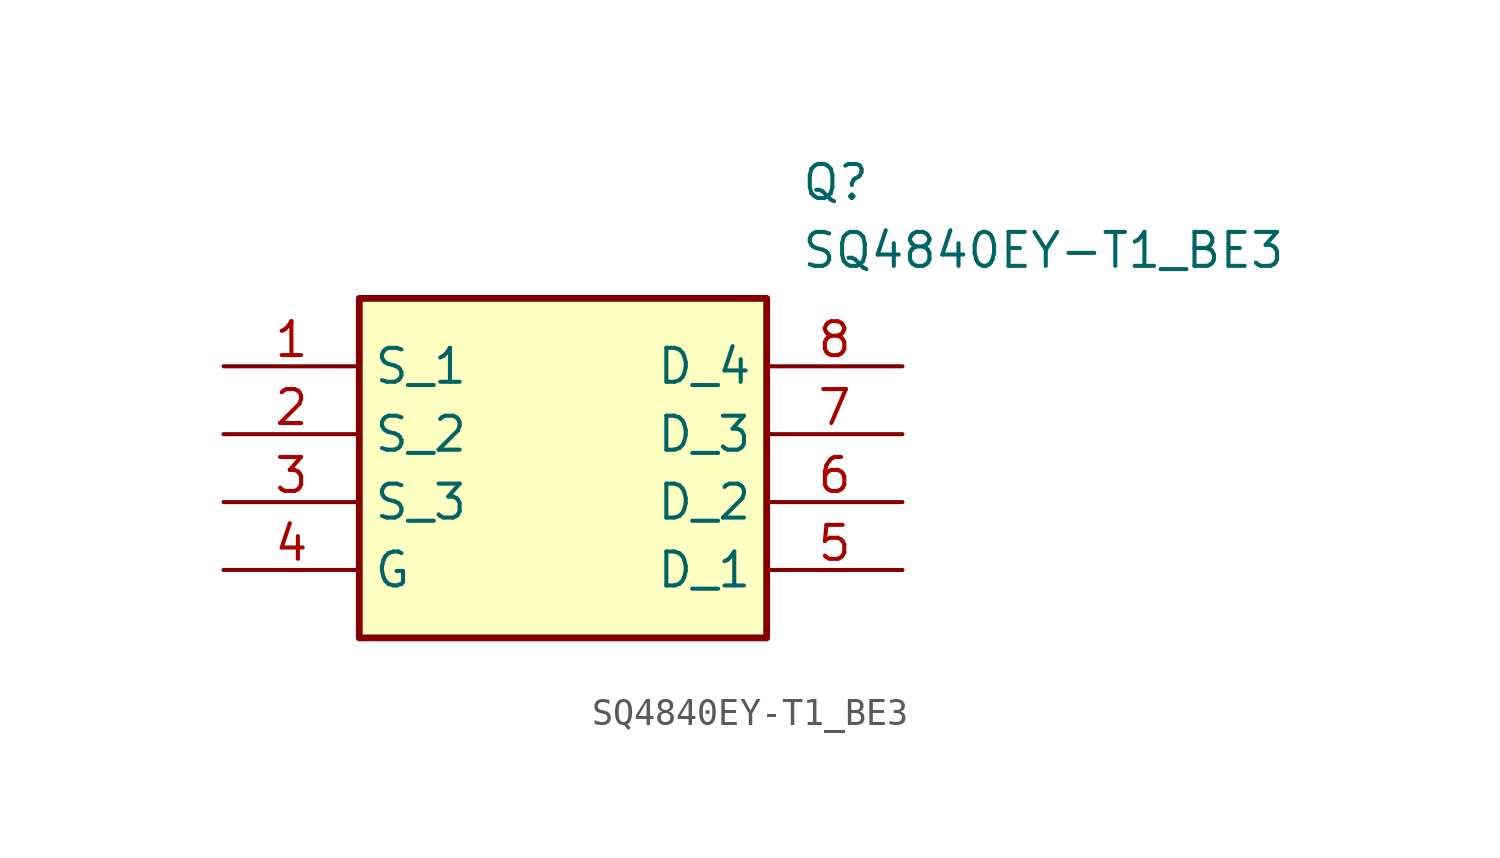
<source format=kicad_sym>
(kicad_symbol_lib
  (version 20211014)
  (generator SamacSys_ECAD_Model)
  (symbol "SQ4840EY-T1_BE3"
    (property "Reference" "Q"
      (at 21.59 7.62 0)
      (effects (font (size 1.27 1.27)) (justify left top)))
    (property "Value" "SQ4840EY-T1_BE3"
      (at 21.59 5.08 0)
      (effects (font (size 1.27 1.27)) (justify left top)))
    (rectangle
      (start 5.08 2.54)
      (end 20.32 -10.16)
      (stroke (width 0.254) (type default))
      (fill (type background)))
    (pin passive line
      (at 0 0 0)
      (length 5.08)
      (name "S_1" (effects (font (size 1.27 1.27))))
      (number "1" (effects (font (size 1.27 1.27)))))
    (pin passive line
      (at 0 -2.54 0)
      (length 5.08)
      (name "S_2" (effects (font (size 1.27 1.27))))
      (number "2" (effects (font (size 1.27 1.27)))))
    (pin passive line
      (at 0 -5.08 0)
      (length 5.08)
      (name "S_3" (effects (font (size 1.27 1.27))))
      (number "3" (effects (font (size 1.27 1.27)))))
    (pin passive line
      (at 0 -7.62 0)
      (length 5.08)
      (name "G" (effects (font (size 1.27 1.27))))
      (number "4" (effects (font (size 1.27 1.27)))))
    (pin passive line
      (at 25.4 0 180)
      (length 5.08)
      (name "D_4" (effects (font (size 1.27 1.27))))
      (number "8" (effects (font (size 1.27 1.27)))))
    (pin passive line
      (at 25.4 -2.54 180)
      (length 5.08)
      (name "D_3" (effects (font (size 1.27 1.27))))
      (number "7" (effects (font (size 1.27 1.27)))))
    (pin passive line
      (at 25.4 -5.08 180)
      (length 5.08)
      (name "D_2" (effects (font (size 1.27 1.27))))
      (number "6" (effects (font (size 1.27 1.27)))))
    (pin passive line
      (at 25.4 -7.62 180)
      (length 5.08)
      (name "D_1" (effects (font (size 1.27 1.27))))
      (number "5" (effects (font (size 1.27 1.27)))))))
</source>
